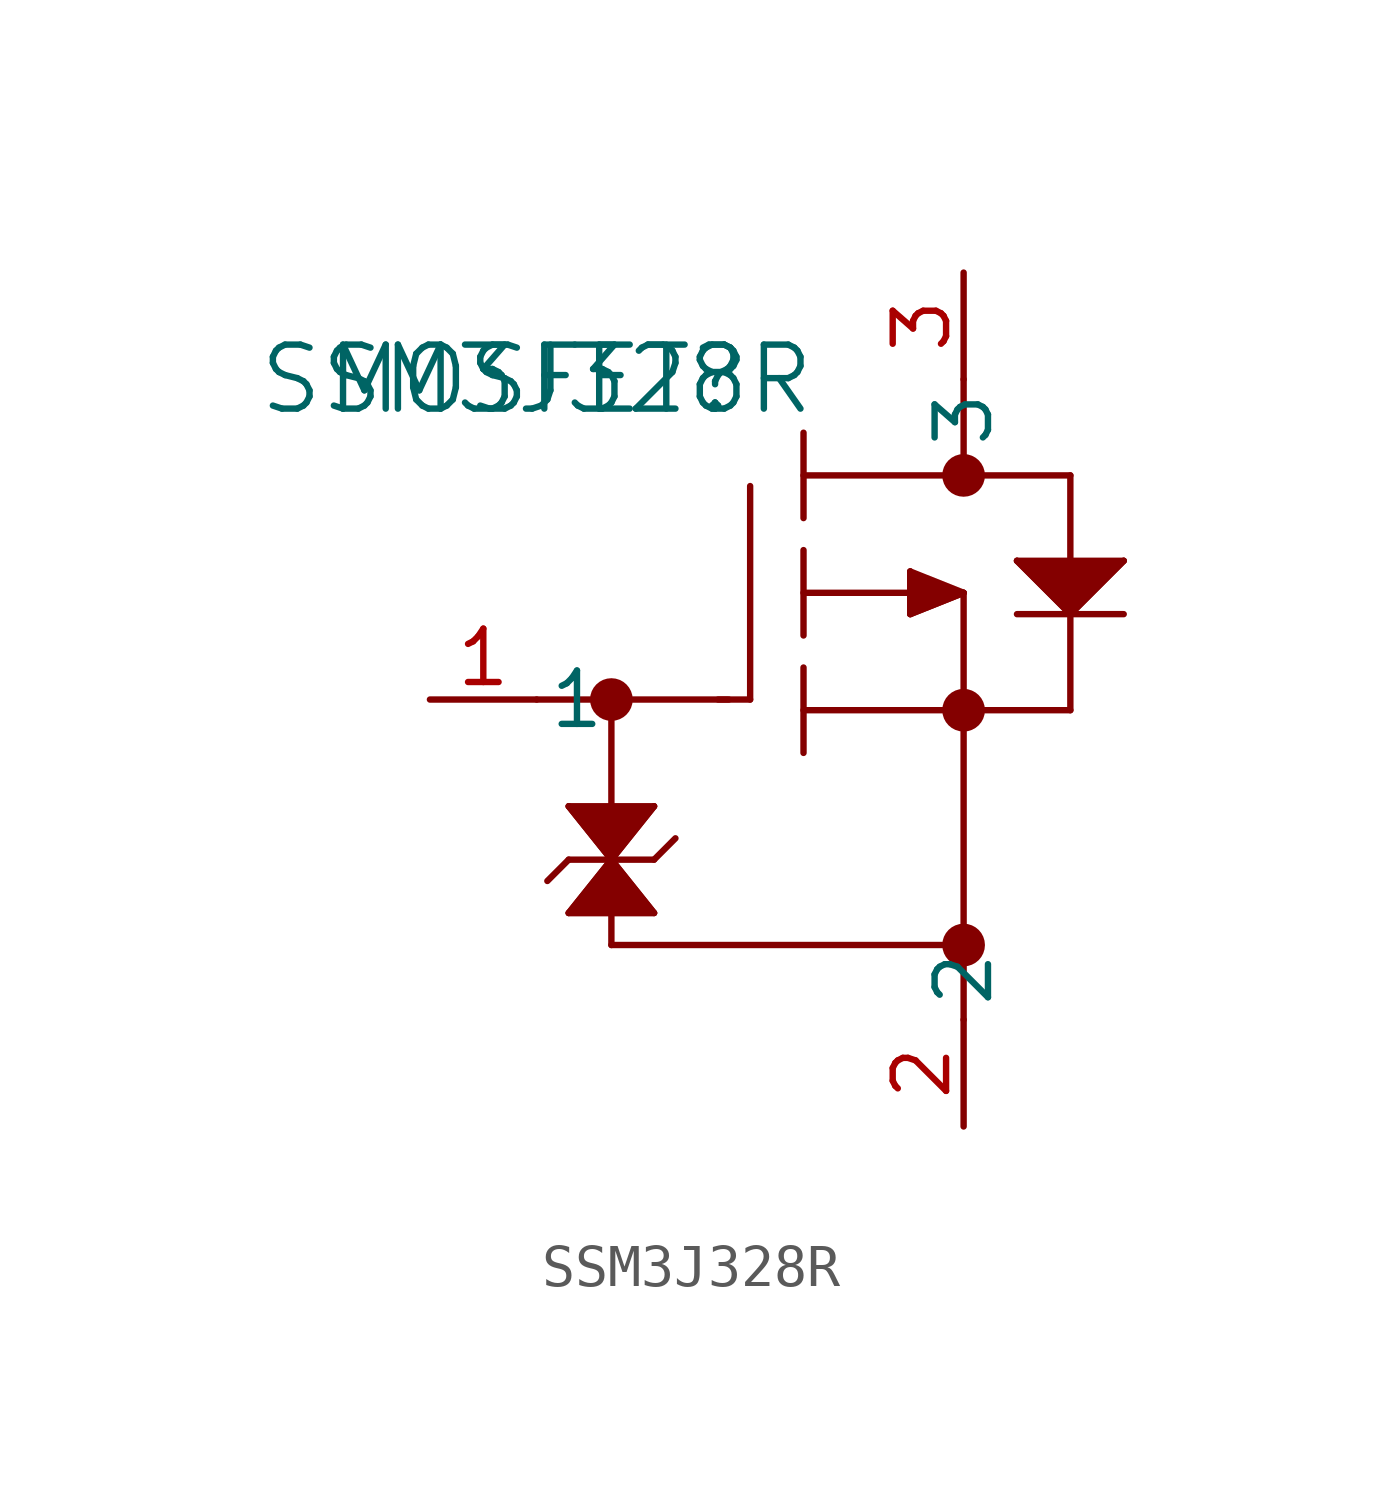
<source format=kicad_sym>
(kicad_symbol_lib
  (version 20211014)
  (generator kicad_symbol_editor)
  (symbol "SSM3J328R"
    (pin_names
      (offset 0.254))
    (property "Reference" "MOSFET"
      (at 0 0 0)
      (effects (font (size 1.524 1.524))))
    (property "Value" "SSM3J328R"
      (at 0 0 0)
      (effects (font (size 1.524 1.524))))
    (symbol "SSM3J328R_0_1"
      (circle (center 1.778 -7.62) (radius 0.254) (stroke (width 0.508) (type default) (color 0 0 0 0)) (fill (type none)))
      (polyline (pts (xy 5.08 -7.62) (xy 5.08 -2.54)) (stroke (width 0.152) (type default) (color 0 0 0 0)) (fill (type none)))
      (polyline (pts (xy 6.35 -6.096) (xy 6.35 -4.064)) (stroke (width 0.152) (type default) (color 0 0 0 0)) (fill (type none)))
      (polyline (pts (xy 6.35 -3.302) (xy 6.35 -1.27)) (stroke (width 0.152) (type default) (color 0 0 0 0)) (fill (type none)))
      (polyline (pts (xy 6.35 -8.89) (xy 6.35 -6.858)) (stroke (width 0.152) (type default) (color 0 0 0 0)) (fill (type none)))
      (polyline (pts (xy 6.35 -7.874) (xy 12.7 -7.874)) (stroke (width 0.152) (type default) (color 0 0 0 0)) (fill (type none)))
      (polyline (pts (xy 6.35 -5.08) (xy 8.89 -5.08)) (stroke (width 0.152) (type default) (color 0 0 0 0)) (fill (type none)))
      (polyline (pts (xy 10.16 -5.08) (xy 10.16 -15.24)) (stroke (width 0.152) (type default) (color 0 0 0 0)) (fill (type none)))
      (polyline (pts (xy 12.7 -2.286) (xy 6.35 -2.286)) (stroke (width 0.152) (type default) (color 0 0 0 0)) (fill (type none)))
      (polyline (pts (xy 10.16 0) (xy 10.16 -2.286)) (stroke (width 0.152) (type default) (color 0 0 0 0)) (fill (type none)))
      (polyline (pts (xy 11.43 -5.588) (xy 13.97 -5.588)) (stroke (width 0.152) (type default) (color 0 0 0 0)) (fill (type none)))
      (polyline (pts (xy 12.7 -4.318) (xy 12.7 -2.286)) (stroke (width 0.152) (type default) (color 0 0 0 0)) (fill (type none)))
      (polyline (pts (xy 12.7 -7.874) (xy 12.7 -5.588)) (stroke (width 0.152) (type default) (color 0 0 0 0)) (fill (type none)))
      (polyline (pts (xy 5.08 -7.62) (xy 4.318 -7.62)) (stroke (width 0.152) (type default) (color 0 0 0 0)) (fill (type none)))
      (polyline (pts (xy 0.762 -11.43) (xy 2.794 -11.43)) (stroke (width 0.152) (type default) (color 0 0 0 0)) (fill (type none)))
      (polyline (pts (xy 0.762 -11.43) (xy 0.254 -11.938)) (stroke (width 0.152) (type default) (color 0 0 0 0)) (fill (type none)))
      (polyline (pts (xy 2.794 -11.43) (xy 3.302 -10.922)) (stroke (width 0.152) (type default) (color 0 0 0 0)) (fill (type none)))
      (polyline (pts (xy 0 -7.62) (xy 4.572 -7.62)) (stroke (width 0.152) (type default) (color 0 0 0 0)) (fill (type none)))
      (polyline (pts (xy 1.778 -7.62) (xy 1.778 -10.16)) (stroke (width 0.152) (type default) (color 0 0 0 0)) (fill (type none)))
      (polyline (pts (xy 1.778 -13.462) (xy 10.16 -13.462)) (stroke (width 0.152) (type default) (color 0 0 0 0)) (fill (type none)))
      (circle (center 10.16 -2.286) (radius 0.254) (stroke (width 0.508) (type default) (color 0 0 0 0)) (fill (type none)))
      (circle (center 10.16 -7.874) (radius 0.254) (stroke (width 0.508) (type default) (color 0 0 0 0)) (fill (type none)))
      (circle (center 10.16 -13.462) (radius 0.254) (stroke (width 0.508) (type default) (color 0 0 0 0)) (fill (type none)))
      (polyline (pts (xy 0.762 -10.16) (xy 1.778 -11.43)) (stroke (width 0.152) (type default) (color 0 0 0 0)) (fill (type none)))
      (polyline (pts (xy 0.762 -10.16) (xy 2.794 -10.16)) (stroke (width 0.152) (type default) (color 0 0 0 0)) (fill (type none)))
      (polyline (pts (xy 2.794 -10.16) (xy 1.778 -11.43)) (stroke (width 0.152) (type default) (color 0 0 0 0)) (fill (type none)))
      (polyline (pts (xy 1.778 -11.43) (xy 0.762 -12.7)) (stroke (width 0.152) (type default) (color 0 0 0 0)) (fill (type none)))
      (polyline (pts (xy 0.762 -12.7) (xy 2.794 -12.7)) (stroke (width 0.152) (type default) (color 0 0 0 0)) (fill (type none)))
      (polyline (pts (xy 2.794 -12.7) (xy 1.778 -11.43)) (stroke (width 0.152) (type default) (color 0 0 0 0)) (fill (type none)))
      (polyline (pts (xy 10.16 -5.08) (xy 8.89 -4.572)) (stroke (width 0.152) (type default) (color 0 0 0 0)) (fill (type none)))
      (polyline (pts (xy 8.89 -4.572) (xy 8.89 -5.588)) (stroke (width 0.152) (type default) (color 0 0 0 0)) (fill (type none)))
      (polyline (pts (xy 8.89 -5.588) (xy 10.16 -5.08)) (stroke (width 0.152) (type default) (color 0 0 0 0)) (fill (type none)))
      (polyline (pts (xy 11.43 -4.318) (xy 13.97 -4.318)) (stroke (width 0.152) (type default) (color 0 0 0 0)) (fill (type none)))
      (polyline (pts (xy 13.97 -4.318) (xy 12.7 -5.588)) (stroke (width 0.152) (type default) (color 0 0 0 0)) (fill (type none)))
      (polyline (pts (xy 12.7 -5.588) (xy 11.43 -4.318)) (stroke (width 0.152) (type default) (color 0 0 0 0)) (fill (type none)))
      (polyline (pts (xy 1.778 -12.7) (xy 1.778 -13.462)) (stroke (width 0.152) (type default) (color 0 0 0 0)) (fill (type none)))
      (polyline (pts (xy 0.762 -10.16) (xy 1.778 -11.43) (xy 0.762 -12.7) (xy 2.794 -12.7) (xy 1.778 -11.43) (xy 2.794 -10.16)) (stroke (width 0) (type default) (color 0 0 0 0)) (fill (type outline)))
      (polyline (pts (xy 8.89 -4.572) (xy 8.89 -5.588) (xy 10.16 -5.08)) (stroke (width 0) (type default) (color 0 0 0 0)) (fill (type outline)))
      (polyline (pts (xy 11.43 -4.318) (xy 12.7 -5.588) (xy 13.97 -4.318)) (stroke (width 0) (type default) (color 0 0 0 0)) (fill (type outline)))
      (pin unspecified line (at -2.54 -7.62 0) (length 2.54) (name "1" (effects (font (size 1.27 1.27)))) (number "1" (effects (font (size 1.27 1.27)))))
      (pin unspecified line (at 10.16 -17.78 90) (length 2.54) (name "2" (effects (font (size 1.27 1.27)))) (number "2" (effects (font (size 1.27 1.27)))))
      (pin unspecified line (at 10.16 2.54 270) (length 2.54) (name "3" (effects (font (size 1.27 1.27)))) (number "3" (effects (font (size 1.27 1.27))))))))
</source>
